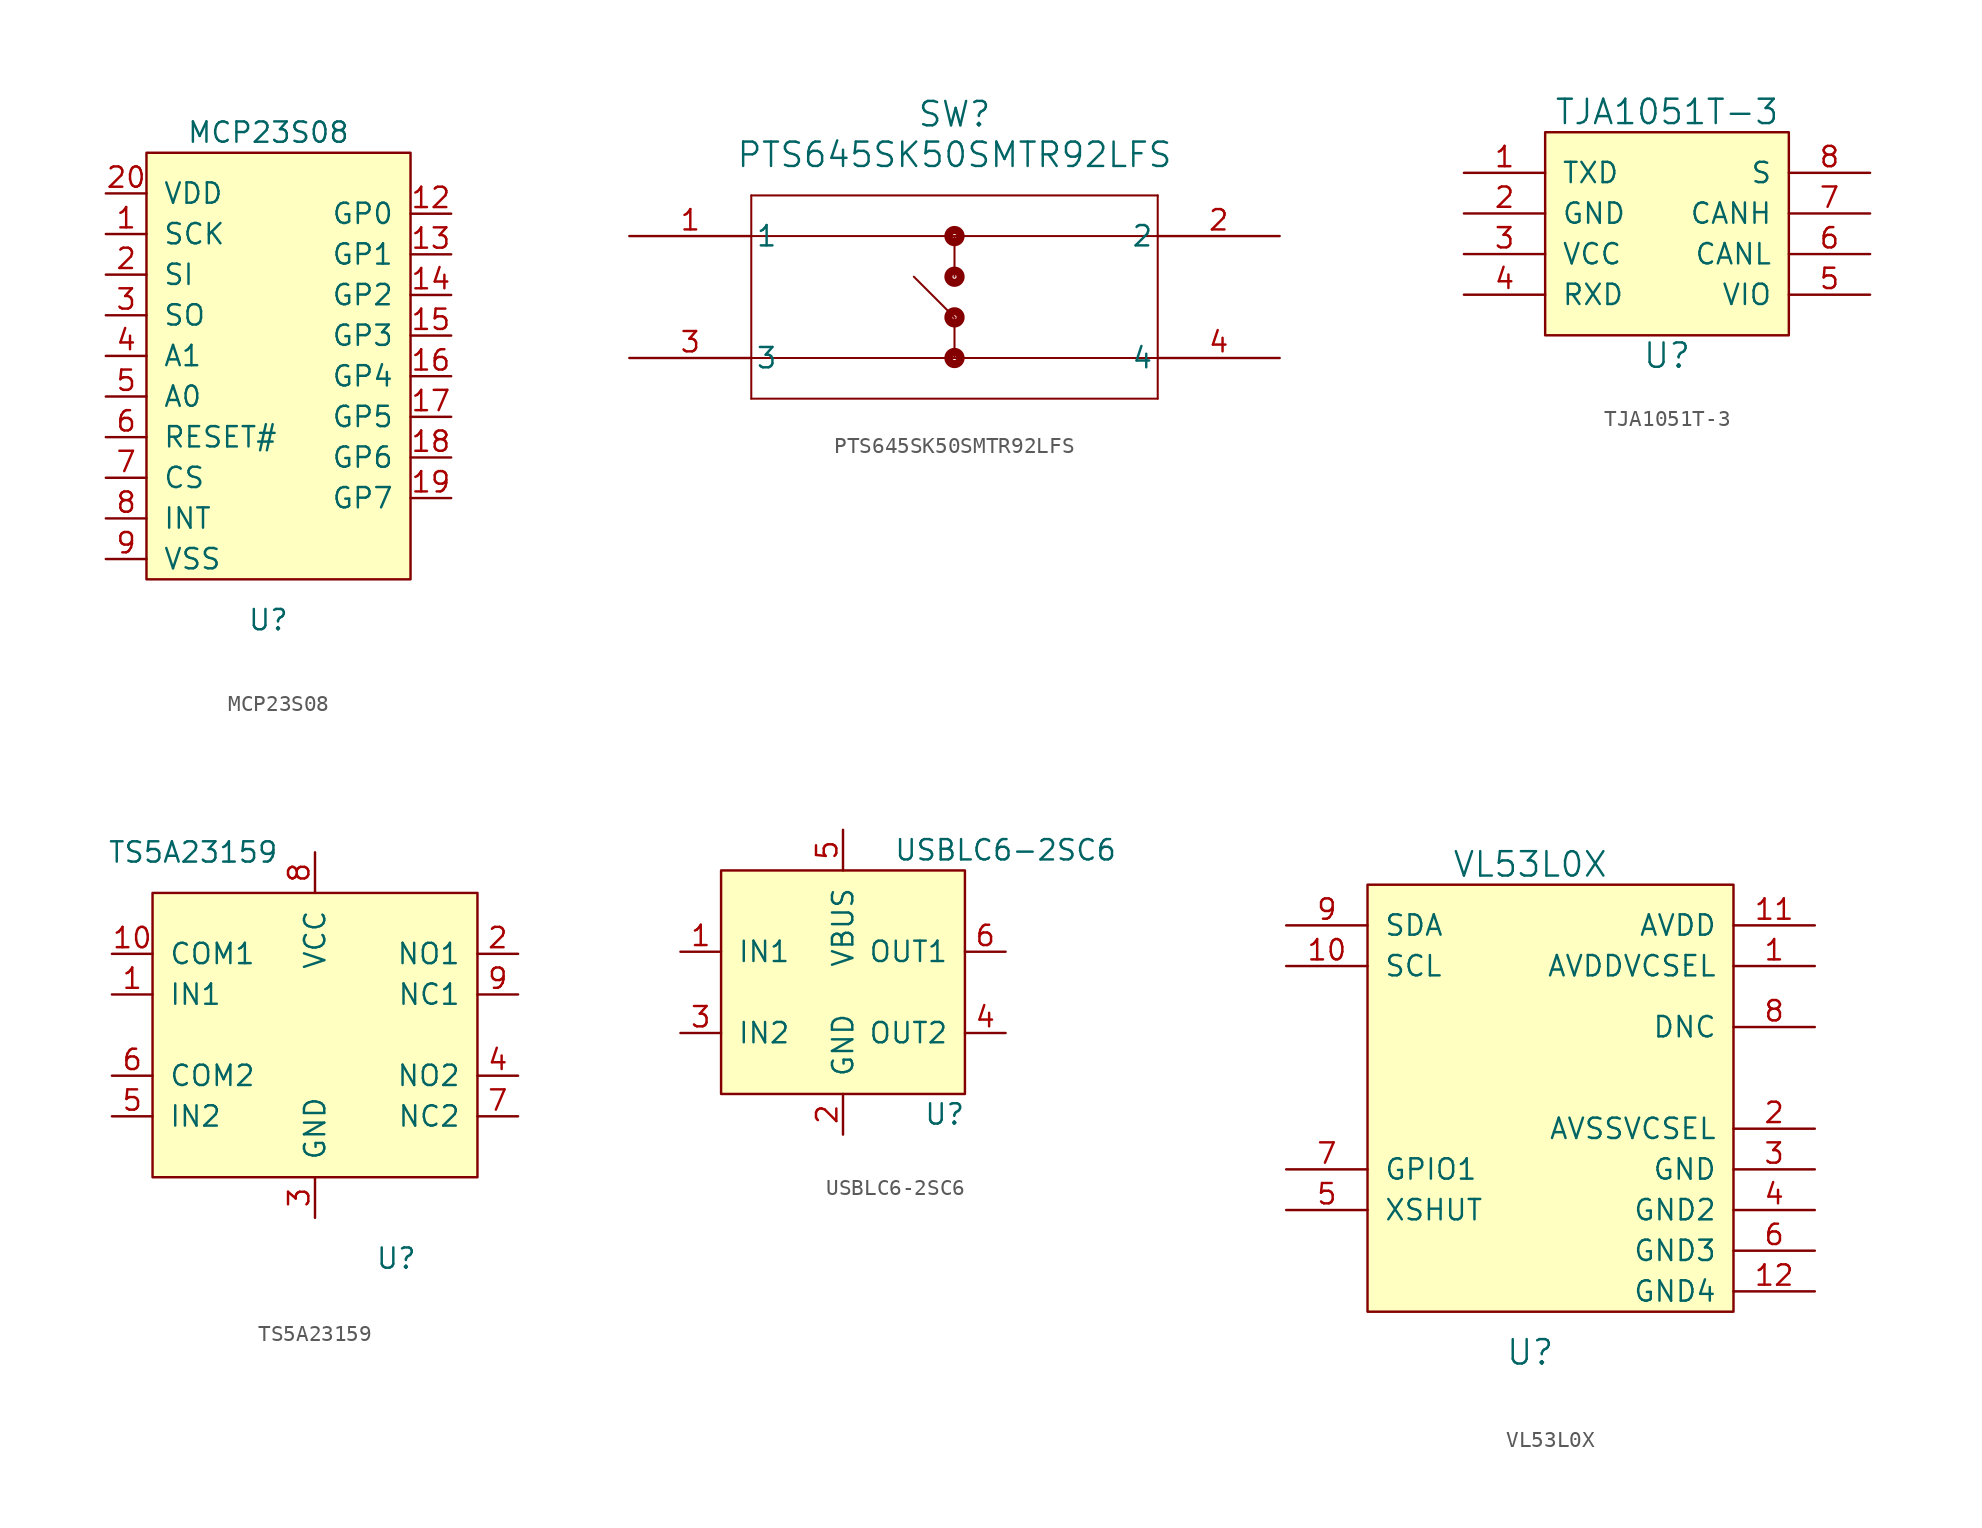
<source format=kicad_sym>
(kicad_symbol_lib
  (version 20220914)
  (generator kicad_symbol_editor)
  (symbol "MCP23S08"
    (pin_names
      (offset 1.016))
    (property "Reference" "U"
      (at 0 -16.51 0)
      (effects (font (size 1.27 1.27))))
    (property "Value" "MCP23S08"
      (at 0 13.97 0)
      (effects (font (size 1.27 1.27))))
    (symbol "MCP23S08_0_1"
      (rectangle (start -7.62 12.7) (end 8.89 -13.97) (stroke (width 0) (type solid)) (fill (type background))))
    (symbol "MCP23S08_1_1"
      (pin input line (at -10.16 7.62 0) (length 2.54) (name "SCK" (effects (font (size 1.27 1.27)))) (number "1" (effects (font (size 1.27 1.27)))))
      (pin bidirectional line (at 11.43 8.89 180) (length 2.54) (name "GP0" (effects (font (size 1.27 1.27)))) (number "12" (effects (font (size 1.27 1.27)))))
      (pin bidirectional line (at 11.43 6.35 180) (length 2.54) (name "GP1" (effects (font (size 1.27 1.27)))) (number "13" (effects (font (size 1.27 1.27)))))
      (pin bidirectional line (at 11.43 3.81 180) (length 2.54) (name "GP2" (effects (font (size 1.27 1.27)))) (number "14" (effects (font (size 1.27 1.27)))))
      (pin bidirectional line (at 11.43 1.27 180) (length 2.54) (name "GP3" (effects (font (size 1.27 1.27)))) (number "15" (effects (font (size 1.27 1.27)))))
      (pin bidirectional line (at 11.43 -1.27 180) (length 2.54) (name "GP4" (effects (font (size 1.27 1.27)))) (number "16" (effects (font (size 1.27 1.27)))))
      (pin bidirectional line (at 11.43 -3.81 180) (length 2.54) (name "GP5" (effects (font (size 1.27 1.27)))) (number "17" (effects (font (size 1.27 1.27)))))
      (pin bidirectional line (at 11.43 -6.35 180) (length 2.54) (name "GP6" (effects (font (size 1.27 1.27)))) (number "18" (effects (font (size 1.27 1.27)))))
      (pin bidirectional line (at 11.43 -8.89 180) (length 2.54) (name "GP7" (effects (font (size 1.27 1.27)))) (number "19" (effects (font (size 1.27 1.27)))))
      (pin input line (at -10.16 5.08 0) (length 2.54) (name "SI" (effects (font (size 1.27 1.27)))) (number "2" (effects (font (size 1.27 1.27)))))
      (pin power_in line (at -10.16 10.16 0) (length 2.54) (name "VDD" (effects (font (size 1.27 1.27)))) (number "20" (effects (font (size 1.27 1.27)))))
      (pin output line (at -10.16 2.54 0) (length 2.54) (name "SO" (effects (font (size 1.27 1.27)))) (number "3" (effects (font (size 1.27 1.27)))))
      (pin input line (at -10.16 0 0) (length 2.54) (name "A1" (effects (font (size 1.27 1.27)))) (number "4" (effects (font (size 1.27 1.27)))))
      (pin input line (at -10.16 -2.54 0) (length 2.54) (name "A0" (effects (font (size 1.27 1.27)))) (number "5" (effects (font (size 1.27 1.27)))))
      (pin input line (at -10.16 -5.08 0) (length 2.54) (name "RESET#" (effects (font (size 1.27 1.27)))) (number "6" (effects (font (size 1.27 1.27)))))
      (pin input line (at -10.16 -7.62 0) (length 2.54) (name "CS" (effects (font (size 1.27 1.27)))) (number "7" (effects (font (size 1.27 1.27)))))
      (pin output line (at -10.16 -10.16 0) (length 2.54) (name "INT" (effects (font (size 1.27 1.27)))) (number "8" (effects (font (size 1.27 1.27)))))
      (pin power_in line (at -10.16 -12.7 0) (length 2.54) (name "VSS" (effects (font (size 1.27 1.27)))) (number "9" (effects (font (size 1.27 1.27)))))))
  (symbol "PTS645SK50SMTR92LFS"
    (pin_names
      (offset 0.254))
    (property "Reference" "SW"
      (at 0 11.43 0)
      (effects (font (size 1.524 1.524))))
    (property "Value" "PTS645SK50SMTR92LFS"
      (at 0 8.89 0)
      (effects (font (size 1.524 1.524))))
    (property "ki_locked" ""
      (at 0 0 0)
      (effects (font (size 1.27 1.27))))
    (symbol "PTS645SK50SMTR92LFS_1_1"
      (circle (center 0 -3.81) (radius 0.127) (stroke (width 0.508) (type default)) (fill (type none)))
      (circle (center 0 -1.27) (radius 0.127) (stroke (width 0.508) (type default)) (fill (type none)))
      (polyline (pts (xy -12.7 -6.35) (xy 12.7 -6.35)) (stroke (width 0.127) (type default)) (fill (type none)))
      (polyline (pts (xy -12.7 -3.81) (xy 12.7 -3.81)) (stroke (width 0.127) (type default)) (fill (type none)))
      (polyline (pts (xy -12.7 3.81) (xy 12.7 3.81)) (stroke (width 0.127) (type default)) (fill (type none)))
      (polyline (pts (xy -12.7 6.35) (xy -12.7 -6.35)) (stroke (width 0.127) (type default)) (fill (type none)))
      (polyline (pts (xy -2.54 1.27) (xy 0 -1.27)) (stroke (width 0.127) (type default)) (fill (type none)))
      (polyline (pts (xy 0 -1.27) (xy 0 -3.81)) (stroke (width 0.127) (type default)) (fill (type none)))
      (polyline (pts (xy 0 3.81) (xy 0 1.27)) (stroke (width 0.127) (type default)) (fill (type none)))
      (polyline (pts (xy 12.7 -6.35) (xy 12.7 6.35)) (stroke (width 0.127) (type default)) (fill (type none)))
      (polyline (pts (xy 12.7 6.35) (xy -12.7 6.35)) (stroke (width 0.127) (type default)) (fill (type none)))
      (circle (center 0 1.27) (radius 0.127) (stroke (width 0.508) (type default)) (fill (type none)))
      (circle (center 0 3.81) (radius 0.127) (stroke (width 0.508) (type default)) (fill (type none)))
      (pin unspecified line (at -20.32 3.81 0) (length 7.62) (name "1" (effects (font (size 1.27 1.27)))) (number "1" (effects (font (size 1.27 1.27)))))
      (pin unspecified line (at 20.32 3.81 180) (length 7.62) (name "2" (effects (font (size 1.27 1.27)))) (number "2" (effects (font (size 1.27 1.27)))))
      (pin unspecified line (at -20.32 -3.81 0) (length 7.62) (name "3" (effects (font (size 1.27 1.27)))) (number "3" (effects (font (size 1.27 1.27)))))
      (pin unspecified line (at 20.32 -3.81 180) (length 7.62) (name "4" (effects (font (size 1.27 1.27)))) (number "4" (effects (font (size 1.27 1.27)))))))
  (symbol "TJA1051T-3"
    (pin_names
      (offset 1.016))
    (property "Reference" "U"
      (at 0 -7.62 0)
      (effects (font (size 1.524 1.524))))
    (property "Value" "TJA1051T-3"
      (at 0 7.62 0)
      (effects (font (size 1.524 1.524))))
    (symbol "TJA1051T-3_0_1"
      (rectangle (start -7.62 6.35) (end 7.62 -6.35) (stroke (width 0) (type solid)) (fill (type background))))
    (symbol "TJA1051T-3_1_1"
      (pin input line (at -12.7 3.81 0) (length 5.08) (name "TXD" (effects (font (size 1.27 1.27)))) (number "1" (effects (font (size 1.27 1.27)))))
      (pin power_in line (at -12.7 1.27 0) (length 5.08) (name "GND" (effects (font (size 1.27 1.27)))) (number "2" (effects (font (size 1.27 1.27)))))
      (pin power_in line (at -12.7 -1.27 0) (length 5.08) (name "VCC" (effects (font (size 1.27 1.27)))) (number "3" (effects (font (size 1.27 1.27)))))
      (pin output line (at -12.7 -3.81 0) (length 5.08) (name "RXD" (effects (font (size 1.27 1.27)))) (number "4" (effects (font (size 1.27 1.27)))))
      (pin input line (at 12.7 -3.81 180) (length 5.08) (name "VIO" (effects (font (size 1.27 1.27)))) (number "5" (effects (font (size 1.27 1.27)))))
      (pin bidirectional line (at 12.7 -1.27 180) (length 5.08) (name "CANL" (effects (font (size 1.27 1.27)))) (number "6" (effects (font (size 1.27 1.27)))))
      (pin bidirectional line (at 12.7 1.27 180) (length 5.08) (name "CANH" (effects (font (size 1.27 1.27)))) (number "7" (effects (font (size 1.27 1.27)))))
      (pin input line (at 12.7 3.81 180) (length 5.08) (name "S" (effects (font (size 1.27 1.27)))) (number "8" (effects (font (size 1.27 1.27)))))))
  (symbol "TS5A23159"
    (pin_names
      (offset 1.016))
    (property "Reference" "U"
      (at 5.08 -13.97 0)
      (effects (font (size 1.27 1.27))))
    (property "Value" "TS5A23159"
      (at -7.62 11.43 0)
      (effects (font (size 1.27 1.27))))
    (symbol "TS5A23159_0_1"
      (rectangle (start -10.16 8.89) (end 10.16 -8.89) (stroke (width 0) (type solid)) (fill (type background))))
    (symbol "TS5A23159_1_1"
      (pin input line (at -12.7 2.54 0) (length 2.54) (name "IN1" (effects (font (size 1.27 1.27)))) (number "1" (effects (font (size 1.27 1.27)))))
      (pin bidirectional line (at -12.7 5.08 0) (length 2.54) (name "COM1" (effects (font (size 1.27 1.27)))) (number "10" (effects (font (size 1.27 1.27)))))
      (pin bidirectional line (at 12.7 5.08 180) (length 2.54) (name "NO1" (effects (font (size 1.27 1.27)))) (number "2" (effects (font (size 1.27 1.27)))))
      (pin power_in line (at 0 -11.43 90) (length 2.54) (name "GND" (effects (font (size 1.27 1.27)))) (number "3" (effects (font (size 1.27 1.27)))))
      (pin bidirectional line (at 12.7 -2.54 180) (length 2.54) (name "NO2" (effects (font (size 1.27 1.27)))) (number "4" (effects (font (size 1.27 1.27)))))
      (pin input line (at -12.7 -5.08 0) (length 2.54) (name "IN2" (effects (font (size 1.27 1.27)))) (number "5" (effects (font (size 1.27 1.27)))))
      (pin bidirectional line (at -12.7 -2.54 0) (length 2.54) (name "COM2" (effects (font (size 1.27 1.27)))) (number "6" (effects (font (size 1.27 1.27)))))
      (pin bidirectional line (at 12.7 -5.08 180) (length 2.54) (name "NC2" (effects (font (size 1.27 1.27)))) (number "7" (effects (font (size 1.27 1.27)))))
      (pin power_in line (at 0 11.43 270) (length 2.54) (name "VCC" (effects (font (size 1.27 1.27)))) (number "8" (effects (font (size 1.27 1.27)))))
      (pin bidirectional line (at 12.7 2.54 180) (length 2.54) (name "NC1" (effects (font (size 1.27 1.27)))) (number "9" (effects (font (size 1.27 1.27)))))))
  (symbol "USBLC6-2SC6"
    (pin_names
      (offset 1.016))
    (property "Reference" "U"
      (at 6.35 -7.62 0)
      (effects (font (size 1.27 1.27))))
    (property "Value" "USBLC6-2SC6"
      (at 10.16 8.89 0)
      (effects (font (size 1.27 1.27))))
    (symbol "USBLC6-2SC6_0_1"
      (rectangle (start -7.62 7.62) (end 7.62 -6.35) (stroke (width 0) (type solid)) (fill (type background))))
    (symbol "USBLC6-2SC6_1_1"
      (pin input line (at -10.16 2.54 0) (length 2.54) (name "IN1" (effects (font (size 1.27 1.27)))) (number "1" (effects (font (size 1.27 1.27)))))
      (pin power_in line (at 0 -8.89 90) (length 2.54) (name "GND" (effects (font (size 1.27 1.27)))) (number "2" (effects (font (size 1.27 1.27)))))
      (pin input line (at -10.16 -2.54 0) (length 2.54) (name "IN2" (effects (font (size 1.27 1.27)))) (number "3" (effects (font (size 1.27 1.27)))))
      (pin output line (at 10.16 -2.54 180) (length 2.54) (name "OUT2" (effects (font (size 1.27 1.27)))) (number "4" (effects (font (size 1.27 1.27)))))
      (pin power_in line (at 0 10.16 270) (length 2.54) (name "VBUS" (effects (font (size 1.27 1.27)))) (number "5" (effects (font (size 1.27 1.27)))))
      (pin output line (at 10.16 2.54 180) (length 2.54) (name "OUT1" (effects (font (size 1.27 1.27)))) (number "6" (effects (font (size 1.27 1.27)))))))
  (symbol "VL53L0X"
    (pin_names
      (offset 1.016))
    (property "Reference" "U"
      (at -1.27 -19.05 0)
      (effects (font (size 1.524 1.524))))
    (property "Value" "VL53L0X"
      (at -1.27 11.43 0)
      (effects (font (size 1.524 1.524))))
    (symbol "VL53L0X_0_1"
      (rectangle (start -11.43 10.16) (end 11.43 -16.51) (stroke (width 0) (type solid)) (fill (type background))))
    (symbol "VL53L0X_1_1"
      (pin power_in line (at 16.51 5.08 180) (length 5.08) (name "AVDDVCSEL" (effects (font (size 1.27 1.27)))) (number "1" (effects (font (size 1.27 1.27)))))
      (pin input line (at -16.51 5.08 0) (length 5.08) (name "SCL" (effects (font (size 1.27 1.27)))) (number "10" (effects (font (size 1.27 1.27)))))
      (pin power_in line (at 16.51 7.62 180) (length 5.08) (name "AVDD" (effects (font (size 1.27 1.27)))) (number "11" (effects (font (size 1.27 1.27)))))
      (pin power_in line (at 16.51 -15.24 180) (length 5.08) (name "GND4" (effects (font (size 1.27 1.27)))) (number "12" (effects (font (size 1.27 1.27)))))
      (pin power_in line (at 16.51 -5.08 180) (length 5.08) (name "AVSSVCSEL" (effects (font (size 1.27 1.27)))) (number "2" (effects (font (size 1.27 1.27)))))
      (pin power_in line (at 16.51 -7.62 180) (length 5.08) (name "GND" (effects (font (size 1.27 1.27)))) (number "3" (effects (font (size 1.27 1.27)))))
      (pin power_in line (at 16.51 -10.16 180) (length 5.08) (name "GND2" (effects (font (size 1.27 1.27)))) (number "4" (effects (font (size 1.27 1.27)))))
      (pin input line (at -16.51 -10.16 0) (length 5.08) (name "XSHUT" (effects (font (size 1.27 1.27)))) (number "5" (effects (font (size 1.27 1.27)))))
      (pin power_in line (at 16.51 -12.7 180) (length 5.08) (name "GND3" (effects (font (size 1.27 1.27)))) (number "6" (effects (font (size 1.27 1.27)))))
      (pin input line (at -16.51 -7.62 0) (length 5.08) (name "GPIO1" (effects (font (size 1.27 1.27)))) (number "7" (effects (font (size 1.27 1.27)))))
      (pin input line (at 16.51 1.27 180) (length 5.08) (name "DNC" (effects (font (size 1.27 1.27)))) (number "8" (effects (font (size 1.27 1.27)))))
      (pin bidirectional line (at -16.51 7.62 0) (length 5.08) (name "SDA" (effects (font (size 1.27 1.27)))) (number "9" (effects (font (size 1.27 1.27))))))))
</source>
